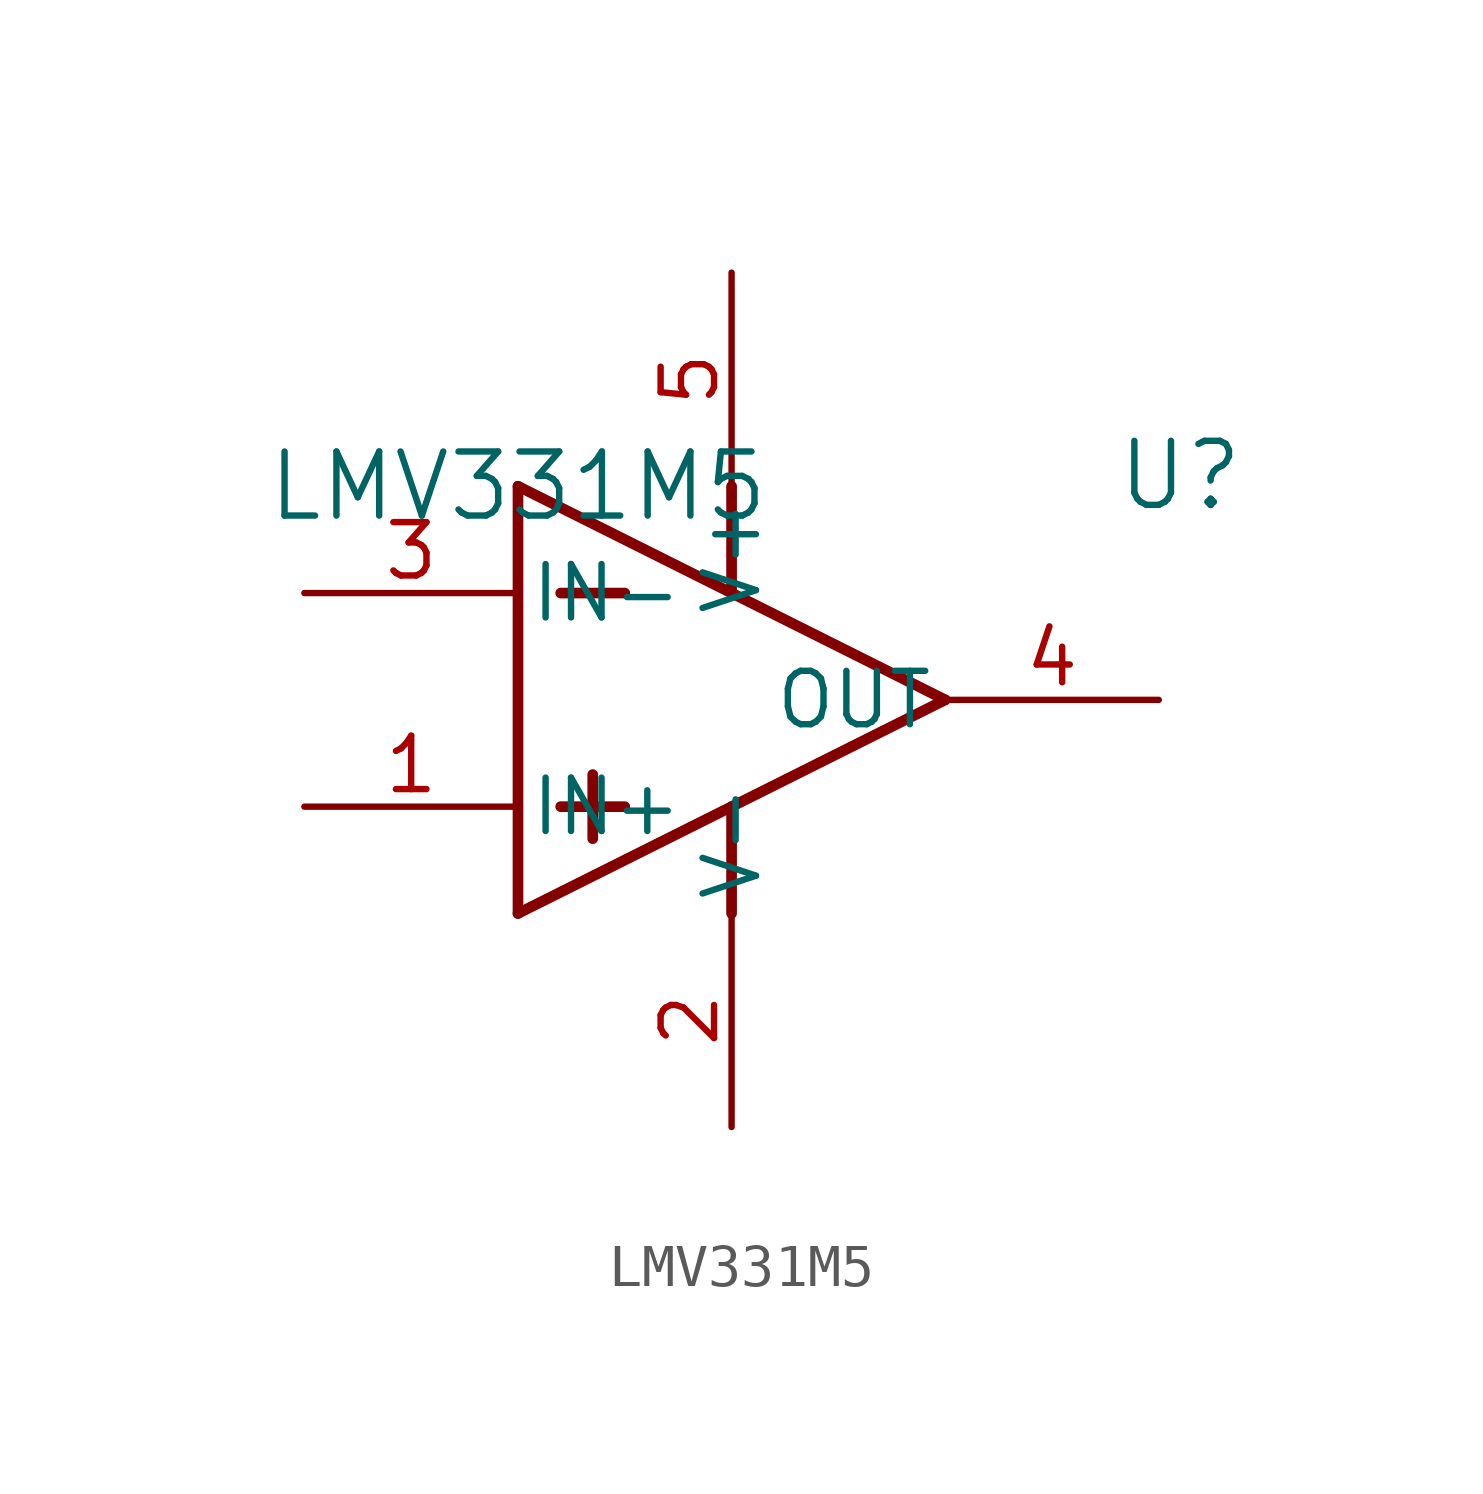
<source format=kicad_sym>
(kicad_symbol_lib
  (version 20211014)
  (generator kicad_symbol_editor)
  (symbol "LMV331M5"
    (pin_names
      (offset 0.254))
    (property "Reference" "U"
      (at 15.748 0.254 0)
      (effects (font (size 1.524 1.524))))
    (property "Value" "LMV331M5"
      (at 0 0 0)
      (effects (font (size 1.524 1.524))))
    (symbol "LMV331M5_0_1"
      (polyline (pts (xy 0 0) (xy 10.16 -5.08)) (stroke (width 0.254) (type default) (color 0 0 0 0)) (fill (type none)))
      (polyline (pts (xy 0 -10.16) (xy 10.16 -5.08)) (stroke (width 0.254) (type default) (color 0 0 0 0)) (fill (type none)))
      (polyline (pts (xy 0 0) (xy 0 -10.16)) (stroke (width 0.254) (type default) (color 0 0 0 0)) (fill (type none)))
      (polyline (pts (xy 1.016 -2.54) (xy 2.54 -2.54)) (stroke (width 0.254) (type default) (color 0 0 0 0)) (fill (type none)))
      (polyline (pts (xy 1.016 -7.62) (xy 2.54 -7.62)) (stroke (width 0.254) (type default) (color 0 0 0 0)) (fill (type none)))
      (polyline (pts (xy 1.778 -6.858) (xy 1.778 -8.382)) (stroke (width 0.254) (type default) (color 0 0 0 0)) (fill (type none)))
      (polyline (pts (xy 5.08 0) (xy 5.08 -2.54)) (stroke (width 0.254) (type default) (color 0 0 0 0)) (fill (type none)))
      (polyline (pts (xy 5.08 -7.62) (xy 5.08 -10.16)) (stroke (width 0.254) (type default) (color 0 0 0 0)) (fill (type none)))
      (pin input line (at -5.08 -2.54 0) (length 5.08) (name "IN-" (effects (font (size 1.27 1.27)))) (number "3" (effects (font (size 1.27 1.27)))))
      (pin input line (at -5.08 -7.62 0) (length 5.08) (name "IN+" (effects (font (size 1.27 1.27)))) (number "1" (effects (font (size 1.27 1.27)))))
      (pin power_in line (at 5.08 -15.24 90) (length 5.08) (name "V-" (effects (font (size 1.27 1.27)))) (number "2" (effects (font (size 1.27 1.27)))))
      (pin output line (at 15.24 -5.08 180) (length 5.08) (name "OUT" (effects (font (size 1.27 1.27)))) (number "4" (effects (font (size 1.27 1.27)))))
      (pin power_in line (at 5.08 5.08 270) (length 5.08) (name "V+" (effects (font (size 1.27 1.27)))) (number "5" (effects (font (size 1.27 1.27))))))))
</source>
